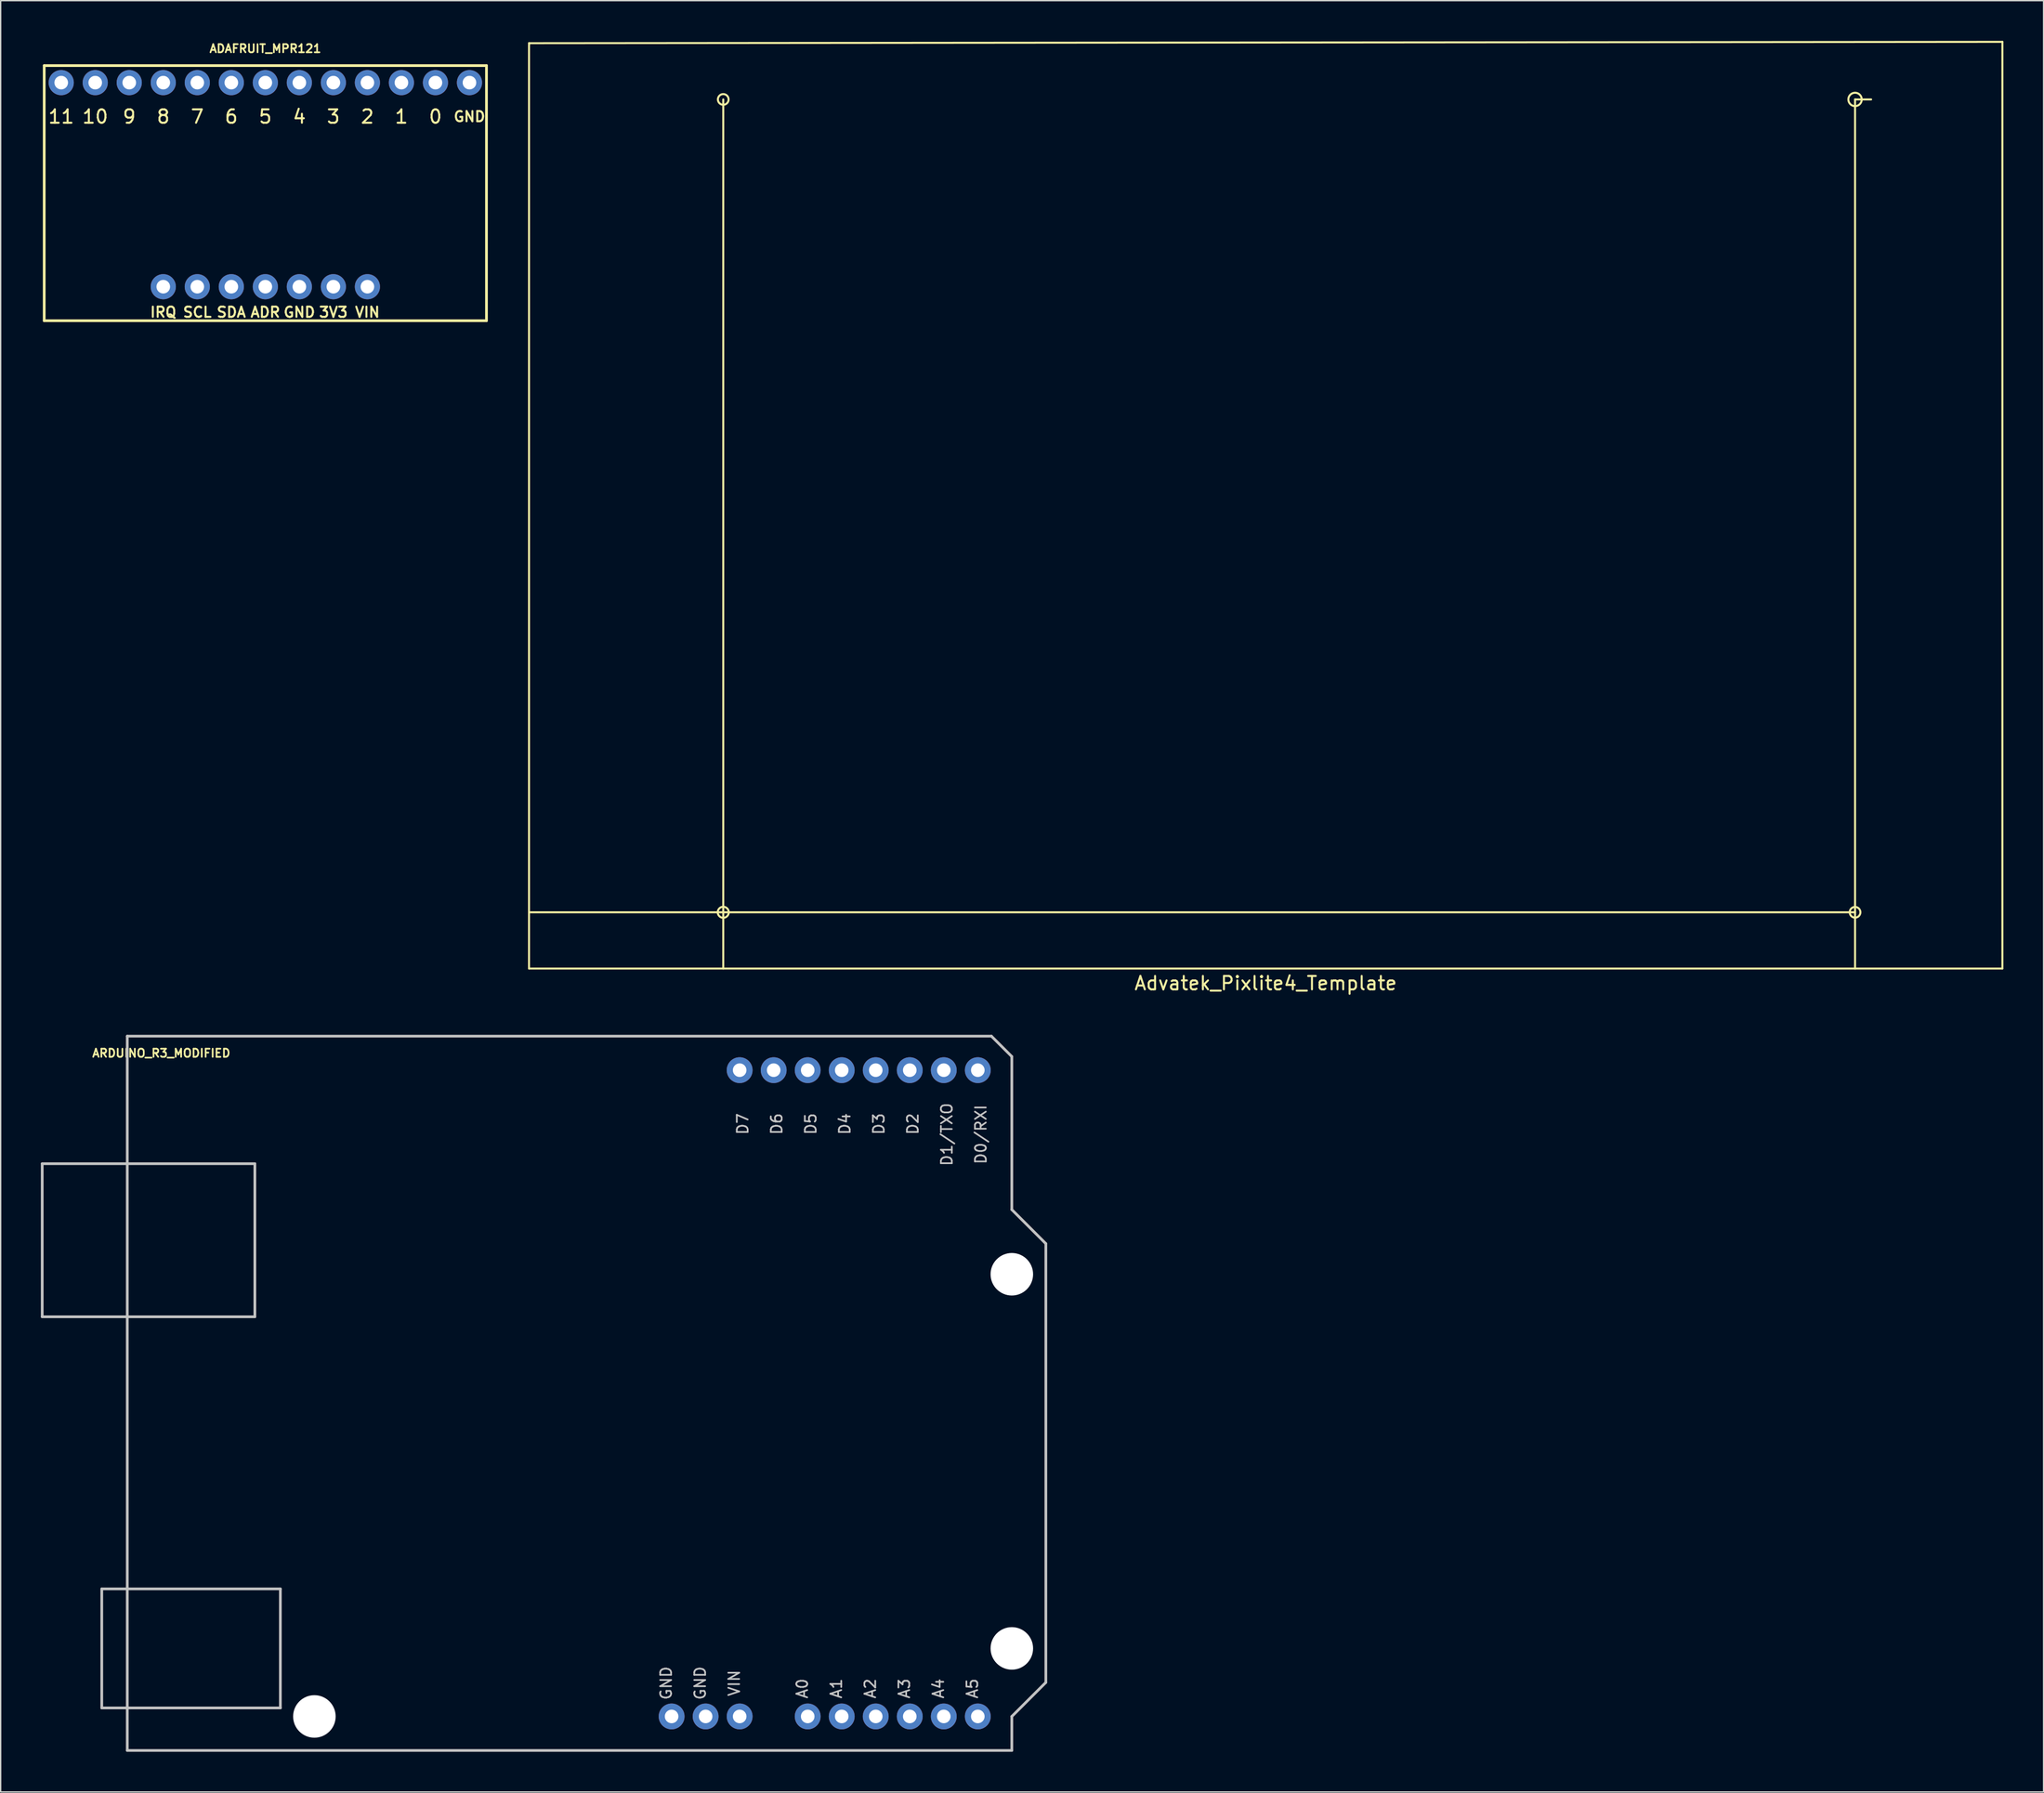
<source format=kicad_pcb>
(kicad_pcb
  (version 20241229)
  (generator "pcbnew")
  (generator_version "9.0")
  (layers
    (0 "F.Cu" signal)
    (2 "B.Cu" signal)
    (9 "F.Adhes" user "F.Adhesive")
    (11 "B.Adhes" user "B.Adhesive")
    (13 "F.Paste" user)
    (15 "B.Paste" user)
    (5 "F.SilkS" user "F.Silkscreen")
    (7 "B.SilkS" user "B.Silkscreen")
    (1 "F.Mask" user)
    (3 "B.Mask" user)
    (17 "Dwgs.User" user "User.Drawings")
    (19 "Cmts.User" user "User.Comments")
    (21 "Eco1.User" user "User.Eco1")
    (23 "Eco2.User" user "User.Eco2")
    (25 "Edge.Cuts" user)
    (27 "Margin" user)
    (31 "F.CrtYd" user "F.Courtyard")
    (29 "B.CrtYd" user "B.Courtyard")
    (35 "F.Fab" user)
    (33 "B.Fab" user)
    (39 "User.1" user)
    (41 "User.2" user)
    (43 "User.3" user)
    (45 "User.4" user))
  (footprint "ADAFRUIT_MPR121"
    (layer "F.Cu")
    (at 0.25 20.9)
    (property "Reference" "ADAFRUIT_MPR121" (at 16.51 -20.32 0) (layer "F.SilkS") (effects (font (size 0.61 0.61) (thickness 0.127))))
    (attr exclude_from_pos_files exclude_from_bom)
    (fp_line (start 0 -19.05) (end 33.02 -19.05) (stroke (width 0.203) (type solid)) (layer "F.SilkS"))
    (fp_line (start 0 0) (end 0 -19.05) (stroke (width 0.203) (type solid)) (layer "F.SilkS"))
    (fp_line (start 33.02 -19.05) (end 33.02 0) (stroke (width 0.203) (type solid)) (layer "F.SilkS"))
    (fp_line (start 33.02 0) (end 0 0) (stroke (width 0.203) (type solid)) (layer "F.SilkS"))
    (fp_text user "SDA" (at 13.97 -0.635 0) (layer "F.SilkS") (effects (font (size 0.762 0.762) (thickness 0.15))))
    (fp_text user "ADR" (at 16.51 -0.635 0) (layer "F.SilkS") (effects (font (size 0.762 0.762) (thickness 0.15))))
    (fp_text user "9" (at 6.35 -15.24 0) (layer "F.SilkS") (effects (font (size 1 1) (thickness 0.15))))
    (fp_text user "11" (at 1.27 -15.24 0) (layer "F.SilkS") (effects (font (size 1 1) (thickness 0.15))))
    (fp_text user "SCL" (at 11.43 -0.635 0) (layer "F.SilkS") (effects (font (size 0.762 0.762) (thickness 0.15))))
    (fp_text user "7" (at 11.43 -15.24 0) (layer "F.SilkS") (effects (font (size 1 1) (thickness 0.15))))
    (fp_text user "0" (at 29.21 -15.24 0) (layer "F.SilkS") (effects (font (size 1 1) (thickness 0.15))))
    (fp_text user "5" (at 16.51 -15.24 0) (layer "F.SilkS") (effects (font (size 1 1) (thickness 0.15))))
    (fp_text user "6" (at 13.97 -15.24 0) (layer "F.SilkS") (effects (font (size 1 1) (thickness 0.15))))
    (fp_text user "3" (at 21.59 -15.24 0) (layer "F.SilkS") (effects (font (size 1 1) (thickness 0.15))))
    (fp_text user "VIN" (at 24.13 -0.635 0) (layer "F.SilkS") (effects (font (size 0.762 0.762) (thickness 0.15))))
    (fp_text user "4" (at 19.05 -15.24 0) (layer "F.SilkS") (effects (font (size 1 1) (thickness 0.15))))
    (fp_text user "1" (at 26.67 -15.24 0) (layer "F.SilkS") (effects (font (size 1 1) (thickness 0.15))))
    (fp_text user "GND" (at 19.05 -0.635 0) (layer "F.SilkS") (effects (font (size 0.762 0.762) (thickness 0.15))))
    (fp_text user "IRQ" (at 8.89 -0.635 0) (layer "F.SilkS") (effects (font (size 0.762 0.762) (thickness 0.15))))
    (fp_text user "GND" (at 31.75 -15.24 0) (layer "F.SilkS") (effects (font (size 0.762 0.762) (thickness 0.15))))
    (fp_text user "8" (at 8.89 -15.24 0) (layer "F.SilkS") (effects (font (size 1 1) (thickness 0.15))))
    (fp_text user "10" (at 3.81 -15.24 0) (layer "F.SilkS") (effects (font (size 1 1) (thickness 0.15))))
    (fp_text user "2" (at 24.13 -15.24 0) (layer "F.SilkS") (effects (font (size 1 1) (thickness 0.15))))
    (fp_text user "3V3" (at 21.59 -0.635 0) (layer "F.SilkS") (effects (font (size 0.762 0.762) (thickness 0.15))))
    (pad "0" thru_hole circle (at 29.21 -17.78) (size 1.88 1.88) (drill 1.016) (layers "*.Cu" "*.Mask"))
    (pad "1" thru_hole circle (at 26.67 -17.78) (size 1.88 1.88) (drill 1.016) (layers "*.Cu" "*.Mask"))
    (pad "2" thru_hole circle (at 24.13 -17.78) (size 1.88 1.88) (drill 1.016) (layers "*.Cu" "*.Mask"))
    (pad "3" thru_hole circle (at 21.59 -17.78) (size 1.88 1.88) (drill 1.016) (layers "*.Cu" "*.Mask"))
    (pad "4" thru_hole circle (at 19.05 -17.78) (size 1.88 1.88) (drill 1.016) (layers "*.Cu" "*.Mask"))
    (pad "5" thru_hole circle (at 16.51 -17.78) (size 1.88 1.88) (drill 1.016) (layers "*.Cu" "*.Mask"))
    (pad "6" thru_hole circle (at 13.97 -17.78) (size 1.88 1.88) (drill 1.016) (layers "*.Cu" "*.Mask"))
    (pad "7" thru_hole circle (at 11.43 -17.78) (size 1.88 1.88) (drill 1.016) (layers "*.Cu" "*.Mask"))
    (pad "8" thru_hole circle (at 8.89 -17.78) (size 1.88 1.88) (drill 1.016) (layers "*.Cu" "*.Mask"))
    (pad "9" thru_hole circle (at 6.35 -17.78) (size 1.88 1.88) (drill 1.016) (layers "*.Cu" "*.Mask"))
    (pad "10" thru_hole circle (at 3.81 -17.78) (size 1.88 1.88) (drill 1.016) (layers "*.Cu" "*.Mask"))
    (pad "11" thru_hole circle (at 1.27 -17.78) (size 1.88 1.88) (drill 1.016) (layers "*.Cu" "*.Mask"))
    (pad "12" thru_hole circle (at 31.75 -17.78) (size 1.88 1.88) (drill 1.016) (layers "*.Cu" "*.Mask"))
    (pad "13" thru_hole circle (at 24.13 -2.54) (size 1.88 1.88) (drill 1.016) (layers "*.Cu" "*.Mask"))
    (pad "14" thru_hole circle (at 21.59 -2.54) (size 1.88 1.88) (drill 1.016) (layers "*.Cu" "*.Mask"))
    (pad "15" thru_hole circle (at 19.05 -2.54) (size 1.88 1.88) (drill 1.016) (layers "*.Cu" "*.Mask"))
    (pad "16" thru_hole circle (at 16.51 -2.54) (size 1.88 1.88) (drill 1.016) (layers "*.Cu" "*.Mask"))
    (pad "17" thru_hole circle (at 13.97 -2.54) (size 1.88 1.88) (drill 1.016) (layers "*.Cu" "*.Mask"))
    (pad "18" thru_hole circle (at 11.43 -2.54) (size 1.88 1.88) (drill 1.016) (layers "*.Cu" "*.Mask"))
    (pad "19" thru_hole circle (at 8.89 -2.54) (size 1.88 1.88) (drill 1.016) (layers "*.Cu" "*.Mask")))
  (footprint "ARDUINO_R3_MODIFIED"
    (layer "F.Cu")
    (at 39.472 100.995)
    (property "Reference" "ARDUINO_R3_MODIFIED" (at -30.48 -25.4 0) (layer "F.SilkS") (effects (font (size 0.61 0.61) (thickness 0.127))))
    (attr exclude_from_pos_files exclude_from_bom)
    (fp_line (start -39.37 -17.145) (end -23.495 -17.145) (stroke (width 0.203) (type solid)) (layer "Dwgs.User"))
    (fp_line (start -39.37 -5.715) (end -39.37 -17.145) (stroke (width 0.203) (type solid)) (layer "Dwgs.User"))
    (fp_line (start -34.925 14.605) (end -21.59 14.605) (stroke (width 0.203) (type solid)) (layer "Dwgs.User"))
    (fp_line (start -34.925 23.495) (end -34.925 14.605) (stroke (width 0.203) (type solid)) (layer "Dwgs.User"))
    (fp_line (start -33.02 -26.67) (end 31.496 -26.67) (stroke (width 0.203) (type solid)) (layer "Dwgs.User"))
    (fp_line (start -33.02 26.67) (end -33.02 -26.67) (stroke (width 0.203) (type solid)) (layer "Dwgs.User"))
    (fp_line (start -23.495 -17.145) (end -23.495 -5.715) (stroke (width 0.203) (type solid)) (layer "Dwgs.User"))
    (fp_line (start -23.495 -5.715) (end -39.37 -5.715) (stroke (width 0.203) (type solid)) (layer "Dwgs.User"))
    (fp_line (start -21.59 14.605) (end -21.59 23.495) (stroke (width 0.203) (type solid)) (layer "Dwgs.User"))
    (fp_line (start -21.59 23.495) (end -34.925 23.495) (stroke (width 0.203) (type solid)) (layer "Dwgs.User"))
    (fp_line (start 31.496 -26.67) (end 33.02 -25.146) (stroke (width 0.203) (type solid)) (layer "Dwgs.User"))
    (fp_line (start 33.02 -25.146) (end 33.02 -13.716) (stroke (width 0.203) (type solid)) (layer "Dwgs.User"))
    (fp_line (start 33.02 -13.716) (end 35.56 -11.176) (stroke (width 0.203) (type solid)) (layer "Dwgs.User"))
    (fp_line (start 33.02 24.13) (end 33.02 26.67) (stroke (width 0.203) (type solid)) (layer "Dwgs.User"))
    (fp_line (start 33.02 26.67) (end -33.02 26.67) (stroke (width 0.203) (type solid)) (layer "Dwgs.User"))
    (fp_line (start 35.56 -11.176) (end 35.56 21.59) (stroke (width 0.203) (type solid)) (layer "Dwgs.User"))
    (fp_line (start 35.56 21.59) (end 33.02 24.13) (stroke (width 0.203) (type solid)) (layer "Dwgs.User"))
    (fp_text user "D0/RXI" (at 30.709 -19.329 90) (layer "Dwgs.User") (effects (font (size 0.813 0.813) (thickness 0.127))))
    (fp_text user "A0" (at 17.374 22.047 90) (layer "Dwgs.User") (effects (font (size 0.813 0.813) (thickness 0.127))))
    (fp_text user "A1" (at 19.914 22.047 90) (layer "Dwgs.User") (effects (font (size 0.813 0.813) (thickness 0.127))))
    (fp_text user "D6" (at 15.469 -20.117 90) (layer "Dwgs.User") (effects (font (size 0.813 0.813) (thickness 0.127))))
    (fp_text user "D4" (at 20.549 -20.117 90) (layer "Dwgs.User") (effects (font (size 0.813 0.813) (thickness 0.127))))
    (fp_text user "D2" (at 25.629 -20.117 90) (layer "Dwgs.User") (effects (font (size 0.813 0.813) (thickness 0.127))))
    (fp_text user "A2" (at 22.454 22.047 90) (layer "Dwgs.User") (effects (font (size 0.813 0.813) (thickness 0.127))))
    (fp_text user "A3" (at 24.994 22.047 90) (layer "Dwgs.User") (effects (font (size 0.813 0.813) (thickness 0.127))))
    (fp_text user "D7" (at 12.929 -20.117 90) (layer "Dwgs.User") (effects (font (size 0.813 0.813) (thickness 0.127))))
    (fp_text user "VIN" (at 12.294 21.641 90) (layer "Dwgs.User") (effects (font (size 0.813 0.813) (thickness 0.127))))
    (fp_text user "GND" (at 9.754 21.641 90) (layer "Dwgs.User") (effects (font (size 0.813 0.813) (thickness 0.127))))
    (fp_text user "A5" (at 30.074 22.047 90) (layer "Dwgs.User") (effects (font (size 0.813 0.813) (thickness 0.127))))
    (fp_text user "A4" (at 27.534 22.047 90) (layer "Dwgs.User") (effects (font (size 0.813 0.813) (thickness 0.127))))
    (fp_text user "GND" (at 7.211 21.641 90) (layer "Dwgs.User") (effects (font (size 0.813 0.813) (thickness 0.127))))
    (fp_text user "D1/TXO" (at 28.169 -19.329 90) (layer "Dwgs.User") (effects (font (size 0.813 0.813) (thickness 0.127))))
    (fp_text user "D5" (at 18.009 -20.117 90) (layer "Dwgs.User") (effects (font (size 0.813 0.813) (thickness 0.127))))
    (fp_text user "D3" (at 23.089 -20.117 90) (layer "Dwgs.User") (effects (font (size 0.813 0.813) (thickness 0.127))))
    (pad "" np_thru_hole circle (at -19.05 24.13) (size 3.175 3.175) (drill 3.175) (layers "*.Cu" "*.Mask"))
    (pad "" np_thru_hole circle (at 33.02 -8.89) (size 3.175 3.175) (drill 3.175) (layers "*.Cu" "*.Mask"))
    (pad "" np_thru_hole circle (at 33.02 19.05) (size 3.175 3.175) (drill 3.175) (layers "*.Cu" "*.Mask"))
    (pad "A0" thru_hole circle (at 17.78 24.13) (size 1.93 1.93) (drill 1.016) (layers "*.Cu" "*.Mask"))
    (pad "A1" thru_hole circle (at 20.32 24.13) (size 1.93 1.93) (drill 1.016) (layers "*.Cu" "*.Mask"))
    (pad "A2" thru_hole circle (at 22.86 24.13) (size 1.93 1.93) (drill 1.016) (layers "*.Cu" "*.Mask"))
    (pad "A3" thru_hole circle (at 25.4 24.13) (size 1.93 1.93) (drill 1.016) (layers "*.Cu" "*.Mask"))
    (pad "A4" thru_hole circle (at 27.94 24.13) (size 1.93 1.93) (drill 1.016) (layers "*.Cu" "*.Mask"))
    (pad "A5" thru_hole circle (at 30.48 24.13) (size 1.93 1.93) (drill 1.016) (layers "*.Cu" "*.Mask"))
    (pad "D0" thru_hole circle (at 30.48 -24.13) (size 1.93 1.93) (drill 1.016) (layers "*.Cu" "*.Mask"))
    (pad "D1" thru_hole circle (at 27.94 -24.13) (size 1.93 1.93) (drill 1.016) (layers "*.Cu" "*.Mask"))
    (pad "D2" thru_hole circle (at 25.4 -24.13) (size 1.93 1.93) (drill 1.016) (layers "*.Cu" "*.Mask"))
    (pad "D3" thru_hole circle (at 22.86 -24.13) (size 1.93 1.93) (drill 1.016) (layers "*.Cu" "*.Mask"))
    (pad "D4" thru_hole circle (at 20.32 -24.13) (size 1.93 1.93) (drill 1.016) (layers "*.Cu" "*.Mask"))
    (pad "D5" thru_hole circle (at 17.78 -24.13) (size 1.93 1.93) (drill 1.016) (layers "*.Cu" "*.Mask"))
    (pad "D6" thru_hole circle (at 15.24 -24.13) (size 1.93 1.93) (drill 1.016) (layers "*.Cu" "*.Mask"))
    (pad "D7" thru_hole circle (at 12.7 -24.13) (size 1.93 1.93) (drill 1.016) (layers "*.Cu" "*.Mask"))
    (pad "GND@" thru_hole circle (at 7.62 24.13) (size 1.93 1.93) (drill 1.016) (layers "*.Cu" "*.Mask"))
    (pad "GND@" thru_hole circle (at 10.16 24.13) (size 1.93 1.93) (drill 1.016) (layers "*.Cu" "*.Mask"))
    (pad "VIN" thru_hole circle (at 12.7 24.13) (size 1.93 1.93) (drill 1.016) (layers "*.Cu" "*.Mask")))
  (footprint "Advatek_Pixlite4_Template"
    (layer "F.Cu")
    (at 91.447 34.275)
    (property "Reference" "Advatek_Pixlite4_Template" (at 0 36.1 0) (layer "F.SilkS") (effects (font (size 1 1) (thickness 0.15))))
    (attr through_hole)
    (fp_line (start -55 -34.1) (end 55 -34.2) (stroke (width 0.15) (type solid)) (layer "F.SilkS"))
    (fp_line (start -55 -34) (end -55 -34.1) (stroke (width 0.15) (type solid)) (layer "F.SilkS"))
    (fp_line (start -55 30.8) (end -40.5 30.8) (stroke (width 0.15) (type solid)) (layer "F.SilkS"))
    (fp_line (start -55 35) (end -55 -34) (stroke (width 0.15) (type solid)) (layer "F.SilkS"))
    (fp_line (start -55 35) (end 55 35) (stroke (width 0.15) (type solid)) (layer "F.SilkS"))
    (fp_line (start -40.5 30.8) (end -40.5 -29.9) (stroke (width 0.15) (type solid)) (layer "F.SilkS"))
    (fp_line (start -40.5 30.8) (end 44 30.8) (stroke (width 0.15) (type solid)) (layer "F.SilkS"))
    (fp_line (start -40.5 35) (end -40.5 30.8) (stroke (width 0.15) (type solid)) (layer "F.SilkS"))
    (fp_line (start 44 -29.9) (end 45.2 -29.9) (stroke (width 0.15) (type solid)) (layer "F.SilkS"))
    (fp_line (start 44 30.8) (end 44 -29.9) (stroke (width 0.15) (type solid)) (layer "F.SilkS"))
    (fp_line (start 44 30.8) (end 44 35) (stroke (width 0.15) (type solid)) (layer "F.SilkS"))
    (fp_line (start 55 -34.2) (end 55 35) (stroke (width 0.15) (type solid)) (layer "F.SilkS"))
    (fp_circle (center -40.5 -29.9) (end -40.1 -29.9) (stroke (width 0.15) (type solid)) (fill no) (layer "F.SilkS"))
    (fp_circle (center -40.5 30.8) (end -40.1 30.9) (stroke (width 0.15) (type solid)) (fill no) (layer "F.SilkS"))
    (fp_circle (center 44 -29.9) (end 43.5 -29.9) (stroke (width 0.15) (type solid)) (fill no) (layer "F.SilkS"))
    (fp_circle (center 44 30.8) (end 44.4 30.8) (stroke (width 0.15) (type solid)) (fill no) (layer "F.SilkS")))
  (gr_rect
    (start -3 -3)
    (end 149.522 130.766)
    (stroke (width 0.1) (type default))
    (fill no)
    (layer "Edge.Cuts")))
</source>
